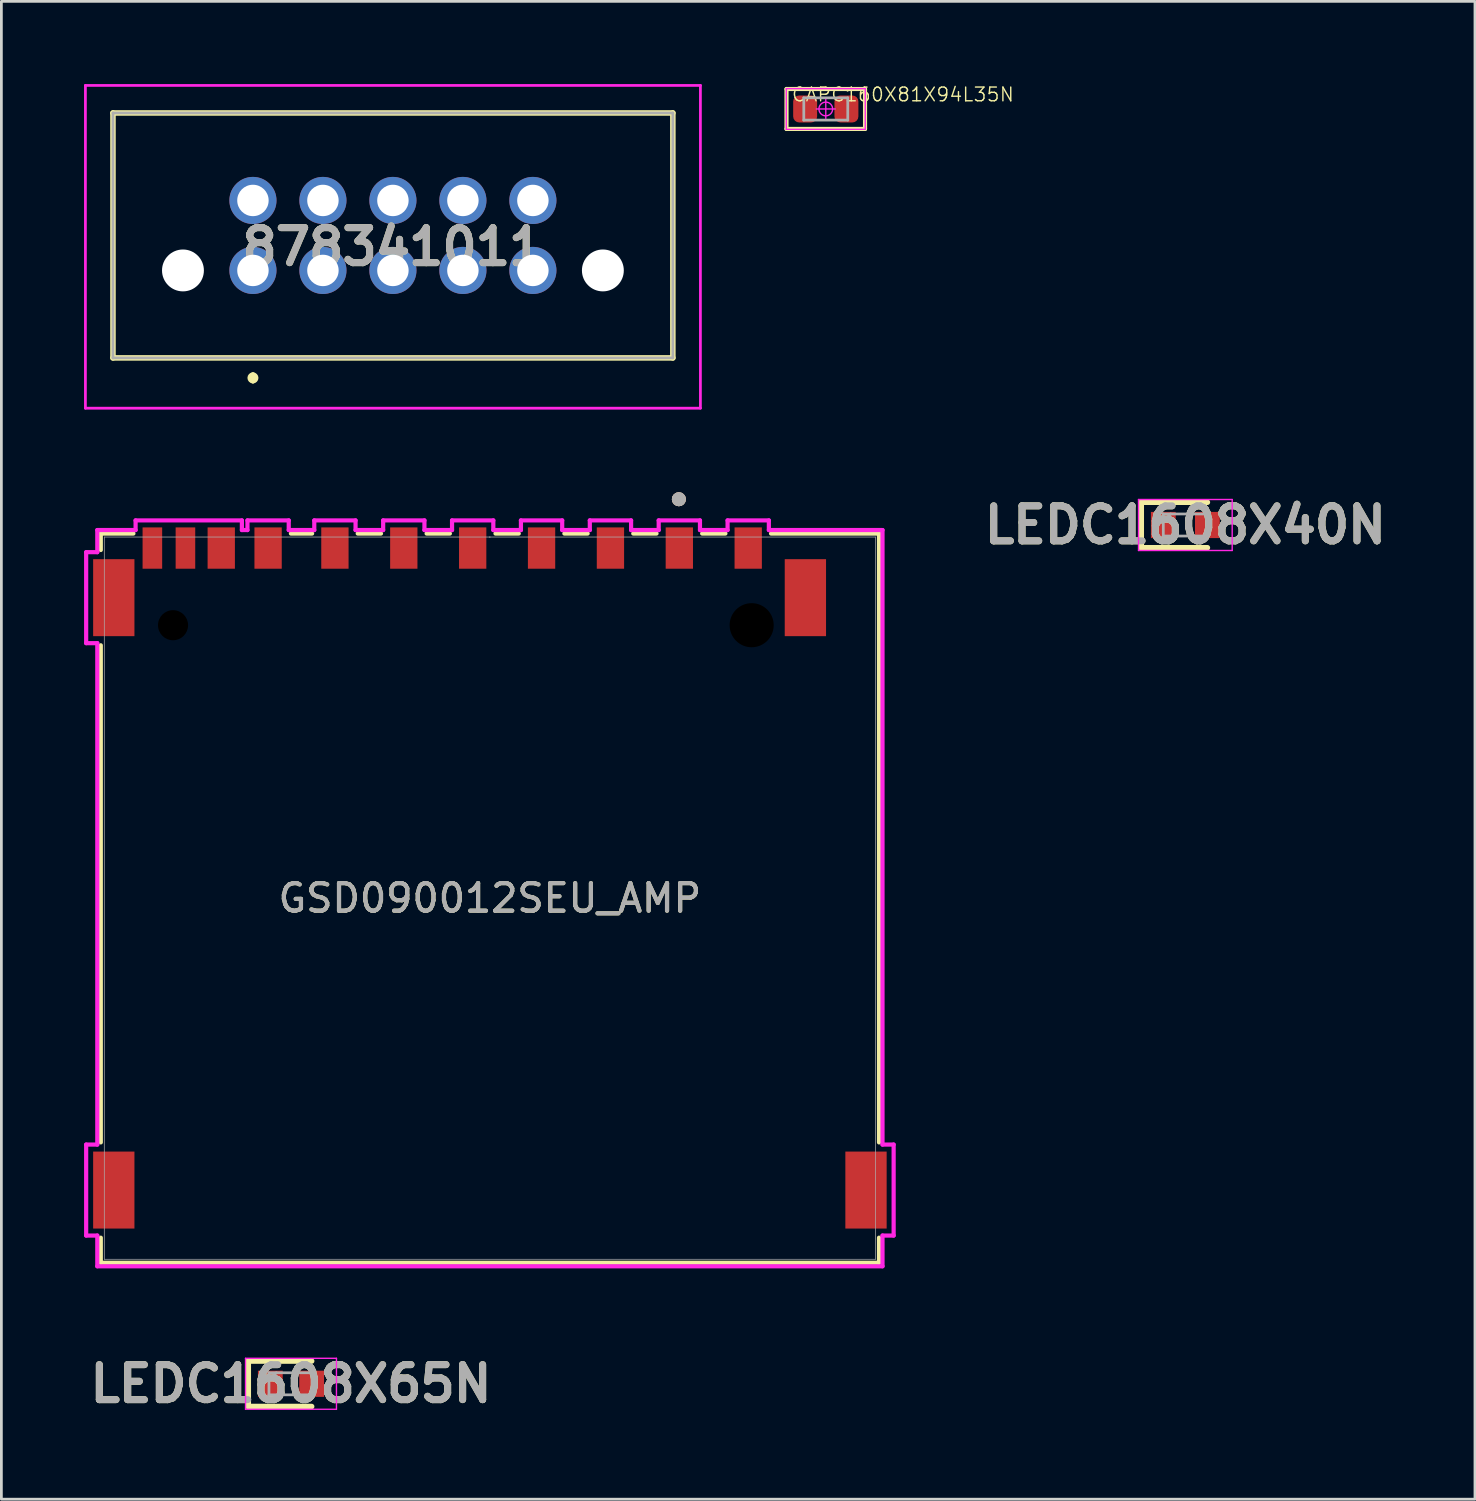
<source format=kicad_pcb>
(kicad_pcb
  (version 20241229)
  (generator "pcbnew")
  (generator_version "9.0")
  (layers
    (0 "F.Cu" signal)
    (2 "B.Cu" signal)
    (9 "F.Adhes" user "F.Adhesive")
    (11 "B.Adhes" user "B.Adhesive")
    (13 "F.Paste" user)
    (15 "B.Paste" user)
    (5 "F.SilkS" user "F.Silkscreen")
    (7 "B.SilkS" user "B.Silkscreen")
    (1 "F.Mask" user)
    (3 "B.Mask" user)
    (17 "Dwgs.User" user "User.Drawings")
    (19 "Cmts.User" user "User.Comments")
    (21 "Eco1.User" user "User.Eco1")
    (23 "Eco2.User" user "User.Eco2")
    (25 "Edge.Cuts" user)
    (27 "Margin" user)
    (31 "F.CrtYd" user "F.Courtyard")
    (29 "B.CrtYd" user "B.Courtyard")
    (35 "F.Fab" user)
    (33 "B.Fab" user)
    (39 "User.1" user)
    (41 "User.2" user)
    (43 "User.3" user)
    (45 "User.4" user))
  (footprint "878341011"
    (layer "F.Cu")
    (at 6.13 6.765)
    (property "Reference" "878341011" (at 5.08 -0.857 0) (layer "F.SilkS") (effects (font (size 1.27 1.27) (thickness 0.254))))
    (attr through_hole)
    (fp_line (start -5.08 -5.715) (end 15.24 -5.715) (stroke (width 0.2) (type solid)) (layer "F.SilkS"))
    (fp_line (start -5.08 3.175) (end -5.08 -5.715) (stroke (width 0.2) (type solid)) (layer "F.SilkS"))
    (fp_line (start 0 3.8) (end 0 3.8) (stroke (width 0.2) (type solid)) (layer "F.SilkS"))
    (fp_line (start 0 4) (end 0 4) (stroke (width 0.2) (type solid)) (layer "F.SilkS"))
    (fp_line (start 15.24 -5.715) (end 15.24 3.175) (stroke (width 0.2) (type solid)) (layer "F.SilkS"))
    (fp_line (start 15.24 3.175) (end -5.08 3.175) (stroke (width 0.2) (type solid)) (layer "F.SilkS"))
    (fp_arc (start 0 3.8) (mid 0.1 3.9) (end 0 4) (stroke (width 0.2) (type solid)) (layer "F.SilkS"))
    (fp_arc (start 0 4) (mid -0.1 3.9) (end 0 3.8) (stroke (width 0.2) (type solid)) (layer "F.SilkS"))
    (fp_line (start -6.08 -6.715) (end 16.24 -6.715) (stroke (width 0.1) (type solid)) (layer "F.CrtYd"))
    (fp_line (start -6.08 5) (end -6.08 -6.715) (stroke (width 0.1) (type solid)) (layer "F.CrtYd"))
    (fp_line (start 16.24 -6.715) (end 16.24 5) (stroke (width 0.1) (type solid)) (layer "F.CrtYd"))
    (fp_line (start 16.24 5) (end -6.08 5) (stroke (width 0.1) (type solid)) (layer "F.CrtYd"))
    (fp_line (start -5.08 -5.715) (end 15.24 -5.715) (stroke (width 0.1) (type solid)) (layer "F.Fab"))
    (fp_line (start -5.08 3.175) (end -5.08 -5.715) (stroke (width 0.1) (type solid)) (layer "F.Fab"))
    (fp_line (start 15.24 -5.715) (end 15.24 3.175) (stroke (width 0.1) (type solid)) (layer "F.Fab"))
    (fp_line (start 15.24 3.175) (end -5.08 3.175) (stroke (width 0.1) (type solid)) (layer "F.Fab"))
    (fp_text user "${REFERENCE}" (at 5.08 -0.857 0) (layer "F.Fab") (effects (font (size 1.27 1.27) (thickness 0.254))))
    (pad "" np_thru_hole circle (at -2.54 0) (size 1.52 1.52) (drill 1.52) (layers "*.Cu" "*.Mask"))
    (pad "" np_thru_hole circle (at 12.7 0) (size 1.52 1.52) (drill 1.52) (layers "*.Cu" "*.Mask"))
    (pad "1" thru_hole circle (at 0 0) (size 1.71 1.71) (drill 1.14) (layers "*.Cu" "*.Mask"))
    (pad "2" thru_hole circle (at 0 -2.54) (size 1.71 1.71) (drill 1.14) (layers "*.Cu" "*.Mask"))
    (pad "3" thru_hole circle (at 2.54 0) (size 1.71 1.71) (drill 1.14) (layers "*.Cu" "*.Mask"))
    (pad "4" thru_hole circle (at 2.54 -2.54) (size 1.71 1.71) (drill 1.14) (layers "*.Cu" "*.Mask"))
    (pad "5" thru_hole circle (at 5.08 0) (size 1.71 1.71) (drill 1.14) (layers "*.Cu" "*.Mask"))
    (pad "6" thru_hole circle (at 5.08 -2.54) (size 1.71 1.71) (drill 1.14) (layers "*.Cu" "*.Mask"))
    (pad "7" thru_hole circle (at 7.62 0) (size 1.71 1.71) (drill 1.14) (layers "*.Cu" "*.Mask"))
    (pad "8" thru_hole circle (at 7.62 -2.54) (size 1.71 1.71) (drill 1.14) (layers "*.Cu" "*.Mask"))
    (pad "9" thru_hole circle (at 10.16 0) (size 1.71 1.71) (drill 1.14) (layers "*.Cu" "*.Mask"))
    (pad "10" thru_hole circle (at 10.16 -2.54) (size 1.71 1.71) (drill 1.14) (layers "*.Cu" "*.Mask")))
  (footprint "LEDC1608X40N"
    (layer "F.Cu")
    (at 39.97 16.004)
    (property "Reference" "LEDC1608X40N" (at 0 0 0) (layer "F.SilkS") (effects (font (size 1.27 1.27) (thickness 0.254))))
    (attr smd)
    (fp_line (start -1.6 -0.825) (end -1.6 0.825) (stroke (width 0.2) (type solid)) (layer "F.SilkS"))
    (fp_line (start -1.6 0.825) (end 0.8 0.825) (stroke (width 0.2) (type solid)) (layer "F.SilkS"))
    (fp_line (start 0.8 -0.825) (end -1.6 -0.825) (stroke (width 0.2) (type solid)) (layer "F.SilkS"))
    (fp_line (start -1.7 -0.925) (end 1.7 -0.925) (stroke (width 0.05) (type solid)) (layer "F.CrtYd"))
    (fp_line (start -1.7 0.925) (end -1.7 -0.925) (stroke (width 0.05) (type solid)) (layer "F.CrtYd"))
    (fp_line (start 1.7 -0.925) (end 1.7 0.925) (stroke (width 0.05) (type solid)) (layer "F.CrtYd"))
    (fp_line (start 1.7 0.925) (end -1.7 0.925) (stroke (width 0.05) (type solid)) (layer "F.CrtYd"))
    (fp_line (start -0.8 -0.4) (end 0.8 -0.4) (stroke (width 0.1) (type solid)) (layer "F.Fab"))
    (fp_line (start -0.8 -0.133) (end -0.533 -0.4) (stroke (width 0.1) (type solid)) (layer "F.Fab"))
    (fp_line (start -0.8 0.4) (end -0.8 -0.4) (stroke (width 0.1) (type solid)) (layer "F.Fab"))
    (fp_line (start 0.8 -0.4) (end 0.8 0.4) (stroke (width 0.1) (type solid)) (layer "F.Fab"))
    (fp_line (start 0.8 0.4) (end -0.8 0.4) (stroke (width 0.1) (type solid)) (layer "F.Fab"))
    (fp_text user "${REFERENCE}" (at 0 0 0) (layer "F.Fab") (effects (font (size 1.27 1.27) (thickness 0.254))))
    (pad "1" smd rect (at -0.8 0) (size 0.9 0.95) (layers "F.Cu" "F.Mask" "F.Paste"))
    (pad "2" smd rect (at 0.8 0) (size 0.9 0.95) (layers "F.Cu" "F.Mask" "F.Paste")))
  (footprint "CAPC160X81X94L35N"
    (layer "F.Cu")
    (at 26.92 0.905)
    (property "Reference" "CAPC160X81X94L35N" (at 2.8 -0.525 0) (layer "F.SilkS") (effects (font (size 0.498 0.498) (thickness 0.051))))
    (attr smd)
    (fp_line (start -1.425 -0.725) (end -1.425 0.725) (stroke (width 0.15) (type solid)) (layer "F.SilkS"))
    (fp_line (start -1.425 -0.725) (end 1.425 -0.725) (stroke (width 0.15) (type solid)) (layer "F.SilkS"))
    (fp_line (start 1.425 0.725) (end -1.425 0.725) (stroke (width 0.15) (type solid)) (layer "F.SilkS"))
    (fp_line (start 1.425 0.725) (end 1.425 -0.725) (stroke (width 0.15) (type solid)) (layer "F.SilkS"))
    (fp_line (start -1.433 -0.739) (end -1.433 0.739) (stroke (width 0.05) (type solid)) (layer "F.CrtYd"))
    (fp_line (start -1.433 0.739) (end 1.433 0.739) (stroke (width 0.05) (type solid)) (layer "F.CrtYd"))
    (fp_line (start 0 -0.343) (end 0 0.343) (stroke (width 0.05) (type solid)) (layer "F.CrtYd"))
    (fp_line (start 0.343 0) (end -0.343 0) (stroke (width 0.05) (type solid)) (layer "F.CrtYd"))
    (fp_line (start 1.433 -0.739) (end -1.433 -0.739) (stroke (width 0.05) (type solid)) (layer "F.CrtYd"))
    (fp_line (start 1.433 0.739) (end 1.433 -0.739) (stroke (width 0.05) (type solid)) (layer "F.CrtYd"))
    (fp_circle (center 0 0) (end 0.249 0) (stroke (width 0.05) (type solid)) (fill no) (layer "F.CrtYd"))
    (fp_line (start -0.798 -0.404) (end 0.798 -0.404) (stroke (width 0.1) (type solid)) (layer "F.Fab"))
    (fp_line (start -0.798 0.404) (end -0.798 -0.404) (stroke (width 0.1) (type solid)) (layer "F.Fab"))
    (fp_line (start 0.798 -0.404) (end 0.798 0.404) (stroke (width 0.1) (type solid)) (layer "F.Fab"))
    (fp_line (start 0.798 0.404) (end -0.798 0.404) (stroke (width 0.1) (type solid)) (layer "F.Fab"))
    (pad "1" smd roundrect (at -0.749 0 180) (size 0.869 0.978) (layers "F.Cu" "F.Mask" "F.Paste") (roundrect_rratio 0.25))
    (pad "2" smd roundrect (at 0.749 0) (size 0.869 0.978) (layers "F.Cu" "F.Mask" "F.Paste") (roundrect_rratio 0.25)))
  (footprint "LEDC1608X65N"
    (layer "F.Cu")
    (at 7.511 47.172)
    (property "Reference" "LEDC1608X65N" (at 0 0 0) (layer "F.SilkS") (effects (font (size 1.27 1.27) (thickness 0.254))))
    (attr smd)
    (fp_line (start -1.55 -0.825) (end -1.55 0.825) (stroke (width 0.2) (type solid)) (layer "F.SilkS"))
    (fp_line (start -1.55 0.825) (end 0.75 0.825) (stroke (width 0.2) (type solid)) (layer "F.SilkS"))
    (fp_line (start 0.75 -0.825) (end -1.55 -0.825) (stroke (width 0.2) (type solid)) (layer "F.SilkS"))
    (fp_line (start -1.65 -0.925) (end 1.65 -0.925) (stroke (width 0.05) (type solid)) (layer "F.CrtYd"))
    (fp_line (start -1.65 0.925) (end -1.65 -0.925) (stroke (width 0.05) (type solid)) (layer "F.CrtYd"))
    (fp_line (start 1.65 -0.925) (end 1.65 0.925) (stroke (width 0.05) (type solid)) (layer "F.CrtYd"))
    (fp_line (start 1.65 0.925) (end -1.65 0.925) (stroke (width 0.05) (type solid)) (layer "F.CrtYd"))
    (fp_line (start -0.8 -0.4) (end 0.8 -0.4) (stroke (width 0.1) (type solid)) (layer "F.Fab"))
    (fp_line (start -0.8 -0.133) (end -0.533 -0.4) (stroke (width 0.1) (type solid)) (layer "F.Fab"))
    (fp_line (start -0.8 0.4) (end -0.8 -0.4) (stroke (width 0.1) (type solid)) (layer "F.Fab"))
    (fp_line (start 0.8 -0.4) (end 0.8 0.4) (stroke (width 0.1) (type solid)) (layer "F.Fab"))
    (fp_line (start 0.8 0.4) (end -0.8 0.4) (stroke (width 0.1) (type solid)) (layer "F.Fab"))
    (fp_text user "${REFERENCE}" (at 0 0 0) (layer "F.Fab") (effects (font (size 1.27 1.27) (thickness 0.254))))
    (pad "1" smd rect (at -0.75 0) (size 0.9 0.95) (layers "F.Cu" "F.Mask" "F.Paste"))
    (pad "2" smd rect (at 0.75 0) (size 0.9 0.95) (layers "F.Cu" "F.Mask" "F.Paste")))
  (footprint "GSD090012SEU_AMP"
    (layer "F.Cu")
    (at 14.73 29.547)
    (property "Reference" "GSD090012SEU_AMP" (at 0 0 0) (unlocked yes) (layer "F.SilkS") (effects (font (size 1 1) (thickness 0.15))))
    (attr smd)
    (fp_line (start -14.122 -13.233) (end -12.938 -13.233) (stroke (width 0.152) (type solid)) (layer "F.SilkS"))
    (fp_line (start -14.122 -12.636) (end -14.122 -13.233) (stroke (width 0.152) (type solid)) (layer "F.SilkS"))
    (fp_line (start -14.122 8.864) (end -14.122 -9.177) (stroke (width 0.152) (type solid)) (layer "F.SilkS"))
    (fp_line (start -14.122 13.233) (end -14.122 12.323) (stroke (width 0.152) (type solid)) (layer "F.SilkS"))
    (fp_line (start -7.222 -13.233) (end -6.453 -13.233) (stroke (width 0.152) (type solid)) (layer "F.SilkS"))
    (fp_line (start -4.797 -13.233) (end -3.953 -13.233) (stroke (width 0.152) (type solid)) (layer "F.SilkS"))
    (fp_line (start -2.297 -13.233) (end -1.453 -13.233) (stroke (width 0.152) (type solid)) (layer "F.SilkS"))
    (fp_line (start 0.203 -13.233) (end 1.047 -13.233) (stroke (width 0.152) (type solid)) (layer "F.SilkS"))
    (fp_line (start 2.703 -13.233) (end 3.547 -13.233) (stroke (width 0.152) (type solid)) (layer "F.SilkS"))
    (fp_line (start 5.203 -13.233) (end 6.047 -13.233) (stroke (width 0.152) (type solid)) (layer "F.SilkS"))
    (fp_line (start 7.703 -13.233) (end 8.547 -13.233) (stroke (width 0.152) (type solid)) (layer "F.SilkS"))
    (fp_line (start 10.203 -13.233) (end 14.122 -13.233) (stroke (width 0.152) (type solid)) (layer "F.SilkS"))
    (fp_line (start 14.122 -13.233) (end 14.122 8.864) (stroke (width 0.152) (type solid)) (layer "F.SilkS"))
    (fp_line (start 14.122 12.323) (end 14.122 13.233) (stroke (width 0.152) (type solid)) (layer "F.SilkS"))
    (fp_line (start 14.122 13.233) (end -14.122 13.233) (stroke (width 0.152) (type solid)) (layer "F.SilkS"))
    (fp_circle (center 6.858 -14.478) (end 6.985 -14.478) (stroke (width 0.254) (type solid)) (fill no) (layer "F.SilkS"))
    (fp_circle (center 6.858 -14.478) (end 6.985 -14.478) (stroke (width 0.254) (type solid)) (fill no) (layer "B.SilkS"))
    (fp_line (start -14.653 -12.557) (end -14.653 -9.255) (stroke (width 0.152) (type solid)) (layer "F.CrtYd"))
    (fp_line (start -14.653 -9.255) (end -14.249 -9.255) (stroke (width 0.152) (type solid)) (layer "F.CrtYd"))
    (fp_line (start -14.653 8.943) (end -14.653 12.245) (stroke (width 0.152) (type solid)) (layer "F.CrtYd"))
    (fp_line (start -14.653 12.245) (end -14.249 12.245) (stroke (width 0.152) (type solid)) (layer "F.CrtYd"))
    (fp_line (start -14.249 -13.36) (end -14.249 -12.557) (stroke (width 0.152) (type solid)) (layer "F.CrtYd"))
    (fp_line (start -14.249 -12.557) (end -14.653 -12.557) (stroke (width 0.152) (type solid)) (layer "F.CrtYd"))
    (fp_line (start -14.249 -9.255) (end -14.249 8.943) (stroke (width 0.152) (type solid)) (layer "F.CrtYd"))
    (fp_line (start -14.249 8.943) (end -14.653 8.943) (stroke (width 0.152) (type solid)) (layer "F.CrtYd"))
    (fp_line (start -14.249 12.245) (end -14.249 13.36) (stroke (width 0.152) (type solid)) (layer "F.CrtYd"))
    (fp_line (start -14.249 13.36) (end 14.249 13.36) (stroke (width 0.152) (type solid)) (layer "F.CrtYd"))
    (fp_line (start -12.859 -13.71) (end -12.859 -13.36) (stroke (width 0.152) (type solid)) (layer "F.CrtYd"))
    (fp_line (start -12.859 -13.36) (end -14.249 -13.36) (stroke (width 0.152) (type solid)) (layer "F.CrtYd"))
    (fp_line (start -9.001 -13.71) (end -12.859 -13.71) (stroke (width 0.152) (type solid)) (layer "F.CrtYd"))
    (fp_line (start -9.001 -13.36) (end -9.001 -13.71) (stroke (width 0.152) (type solid)) (layer "F.CrtYd"))
    (fp_line (start -8.799 -13.71) (end -8.799 -13.36) (stroke (width 0.152) (type solid)) (layer "F.CrtYd"))
    (fp_line (start -8.799 -13.36) (end -9.001 -13.36) (stroke (width 0.152) (type solid)) (layer "F.CrtYd"))
    (fp_line (start -7.301 -13.71) (end -8.799 -13.71) (stroke (width 0.152) (type solid)) (layer "F.CrtYd"))
    (fp_line (start -7.301 -13.36) (end -7.301 -13.71) (stroke (width 0.152) (type solid)) (layer "F.CrtYd"))
    (fp_line (start -6.374 -13.71) (end -6.374 -13.36) (stroke (width 0.152) (type solid)) (layer "F.CrtYd"))
    (fp_line (start -6.374 -13.36) (end -7.301 -13.36) (stroke (width 0.152) (type solid)) (layer "F.CrtYd"))
    (fp_line (start -4.876 -13.71) (end -6.374 -13.71) (stroke (width 0.152) (type solid)) (layer "F.CrtYd"))
    (fp_line (start -4.876 -13.36) (end -4.876 -13.71) (stroke (width 0.152) (type solid)) (layer "F.CrtYd"))
    (fp_line (start -3.874 -13.71) (end -3.874 -13.36) (stroke (width 0.152) (type solid)) (layer "F.CrtYd"))
    (fp_line (start -3.874 -13.36) (end -4.876 -13.36) (stroke (width 0.152) (type solid)) (layer "F.CrtYd"))
    (fp_line (start -2.376 -13.71) (end -3.874 -13.71) (stroke (width 0.152) (type solid)) (layer "F.CrtYd"))
    (fp_line (start -2.376 -13.36) (end -2.376 -13.71) (stroke (width 0.152) (type solid)) (layer "F.CrtYd"))
    (fp_line (start -1.374 -13.71) (end -1.374 -13.36) (stroke (width 0.152) (type solid)) (layer "F.CrtYd"))
    (fp_line (start -1.374 -13.36) (end -2.376 -13.36) (stroke (width 0.152) (type solid)) (layer "F.CrtYd"))
    (fp_line (start 0.124 -13.71) (end -1.374 -13.71) (stroke (width 0.152) (type solid)) (layer "F.CrtYd"))
    (fp_line (start 0.124 -13.36) (end 0.124 -13.71) (stroke (width 0.152) (type solid)) (layer "F.CrtYd"))
    (fp_line (start 1.126 -13.71) (end 1.126 -13.36) (stroke (width 0.152) (type solid)) (layer "F.CrtYd"))
    (fp_line (start 1.126 -13.36) (end 0.124 -13.36) (stroke (width 0.152) (type solid)) (layer "F.CrtYd"))
    (fp_line (start 2.624 -13.71) (end 1.126 -13.71) (stroke (width 0.152) (type solid)) (layer "F.CrtYd"))
    (fp_line (start 2.624 -13.36) (end 2.624 -13.71) (stroke (width 0.152) (type solid)) (layer "F.CrtYd"))
    (fp_line (start 3.626 -13.71) (end 3.626 -13.36) (stroke (width 0.152) (type solid)) (layer "F.CrtYd"))
    (fp_line (start 3.626 -13.36) (end 2.624 -13.36) (stroke (width 0.152) (type solid)) (layer "F.CrtYd"))
    (fp_line (start 5.124 -13.71) (end 3.626 -13.71) (stroke (width 0.152) (type solid)) (layer "F.CrtYd"))
    (fp_line (start 5.124 -13.36) (end 5.124 -13.71) (stroke (width 0.152) (type solid)) (layer "F.CrtYd"))
    (fp_line (start 6.126 -13.71) (end 6.126 -13.36) (stroke (width 0.152) (type solid)) (layer "F.CrtYd"))
    (fp_line (start 6.126 -13.36) (end 5.124 -13.36) (stroke (width 0.152) (type solid)) (layer "F.CrtYd"))
    (fp_line (start 7.624 -13.71) (end 6.126 -13.71) (stroke (width 0.152) (type solid)) (layer "F.CrtYd"))
    (fp_line (start 7.624 -13.36) (end 7.624 -13.71) (stroke (width 0.152) (type solid)) (layer "F.CrtYd"))
    (fp_line (start 8.626 -13.71) (end 8.626 -13.36) (stroke (width 0.152) (type solid)) (layer "F.CrtYd"))
    (fp_line (start 8.626 -13.36) (end 7.624 -13.36) (stroke (width 0.152) (type solid)) (layer "F.CrtYd"))
    (fp_line (start 10.124 -13.71) (end 8.626 -13.71) (stroke (width 0.152) (type solid)) (layer "F.CrtYd"))
    (fp_line (start 10.124 -13.36) (end 10.124 -13.71) (stroke (width 0.152) (type solid)) (layer "F.CrtYd"))
    (fp_line (start 14.249 -13.36) (end 10.124 -13.36) (stroke (width 0.152) (type solid)) (layer "F.CrtYd"))
    (fp_line (start 14.249 8.943) (end 14.249 -13.36) (stroke (width 0.152) (type solid)) (layer "F.CrtYd"))
    (fp_line (start 14.249 12.245) (end 14.653 12.245) (stroke (width 0.152) (type solid)) (layer "F.CrtYd"))
    (fp_line (start 14.249 13.36) (end 14.249 12.245) (stroke (width 0.152) (type solid)) (layer "F.CrtYd"))
    (fp_line (start 14.653 8.943) (end 14.249 8.943) (stroke (width 0.152) (type solid)) (layer "F.CrtYd"))
    (fp_line (start 14.653 12.245) (end 14.653 8.943) (stroke (width 0.152) (type solid)) (layer "F.CrtYd"))
    (fp_line (start -13.995 -13.106) (end -13.995 13.106) (stroke (width 0.025) (type solid)) (layer "F.Fab"))
    (fp_line (start -13.995 13.106) (end 13.995 13.106) (stroke (width 0.025) (type solid)) (layer "F.Fab"))
    (fp_line (start 0 -13.106) (end 0 -13.106) (stroke (width 0.025) (type solid)) (layer "F.Fab"))
    (fp_line (start 0 -13.106) (end 0 -13.106) (stroke (width 0.025) (type solid)) (layer "F.Fab"))
    (fp_line (start 0 -13.106) (end 0 -13.106) (stroke (width 0.025) (type solid)) (layer "F.Fab"))
    (fp_line (start 0 -13.106) (end 0 -13.106) (stroke (width 0.025) (type solid)) (layer "F.Fab"))
    (fp_line (start 13.995 -13.106) (end -13.995 -13.106) (stroke (width 0.025) (type solid)) (layer "F.Fab"))
    (fp_line (start 13.995 13.106) (end 13.995 -13.106) (stroke (width 0.025) (type solid)) (layer "F.Fab"))
    (fp_circle (center 6.858 -14.478) (end 6.985 -14.478) (stroke (width 0.254) (type solid)) (fill no) (layer "F.Fab"))
    (fp_text user "${REFERENCE}" (at 0 0 0) (unlocked yes) (layer "F.Fab") (effects (font (size 1 1) (thickness 0.15))))
    (pad "" np_thru_hole circle (at -11.5 -9.906) (size 1.092 1.092) (drill 1.092) (layers))
    (pad "" np_thru_hole circle (at 9.5 -9.906) (size 1.6 1.6) (drill 1.6) (layers))
    (pad "1" smd rect (at 6.875 -12.706) (size 0.991 1.499) (layers "F.Cu" "F.Mask" "F.Paste"))
    (pad "2" smd rect (at 4.375 -12.706) (size 0.991 1.499) (layers "F.Cu" "F.Mask" "F.Paste"))
    (pad "3" smd rect (at 1.875 -12.706) (size 0.991 1.499) (layers "F.Cu" "F.Mask" "F.Paste"))
    (pad "4" smd rect (at -0.625 -12.706) (size 0.991 1.499) (layers "F.Cu" "F.Mask" "F.Paste"))
    (pad "5" smd rect (at -3.125 -12.706) (size 0.991 1.499) (layers "F.Cu" "F.Mask" "F.Paste"))
    (pad "6" smd rect (at -5.625 -12.706) (size 0.991 1.499) (layers "F.Cu" "F.Mask" "F.Paste"))
    (pad "7" smd rect (at -8.05 -12.706) (size 0.991 1.499) (layers "F.Cu" "F.Mask" "F.Paste"))
    (pad "8" smd rect (at -9.75 -12.706) (size 0.991 1.499) (layers "F.Cu" "F.Mask" "F.Paste"))
    (pad "9" smd rect (at 9.375 -12.706) (size 0.991 1.499) (layers "F.Cu" "F.Mask" "F.Paste"))
    (pad "10" smd rect (at -11.05 -12.706) (size 0.711 1.499) (layers "F.Cu" "F.Mask" "F.Paste"))
    (pad "11" smd rect (at -12.25 -12.706) (size 0.711 1.499) (layers "F.Cu" "F.Mask" "F.Paste"))
    (pad "12" smd rect (at -13.65 -10.906) (size 1.499 2.794) (layers "F.Cu" "F.Mask" "F.Paste"))
    (pad "13" smd rect (at 11.45 -10.906) (size 1.499 2.794) (layers "F.Cu" "F.Mask" "F.Paste"))
    (pad "14" smd rect (at -13.65 10.594) (size 1.499 2.794) (layers "F.Cu" "F.Mask" "F.Paste"))
    (pad "15" smd rect (at 13.65 10.594) (size 1.499 2.794) (layers "F.Cu" "F.Mask" "F.Paste")))
  (gr_rect
    (start -3 -3)
    (end 50.481 51.361)
    (stroke (width 0.1) (type default))
    (fill no)
    (layer "Edge.Cuts")))
</source>
